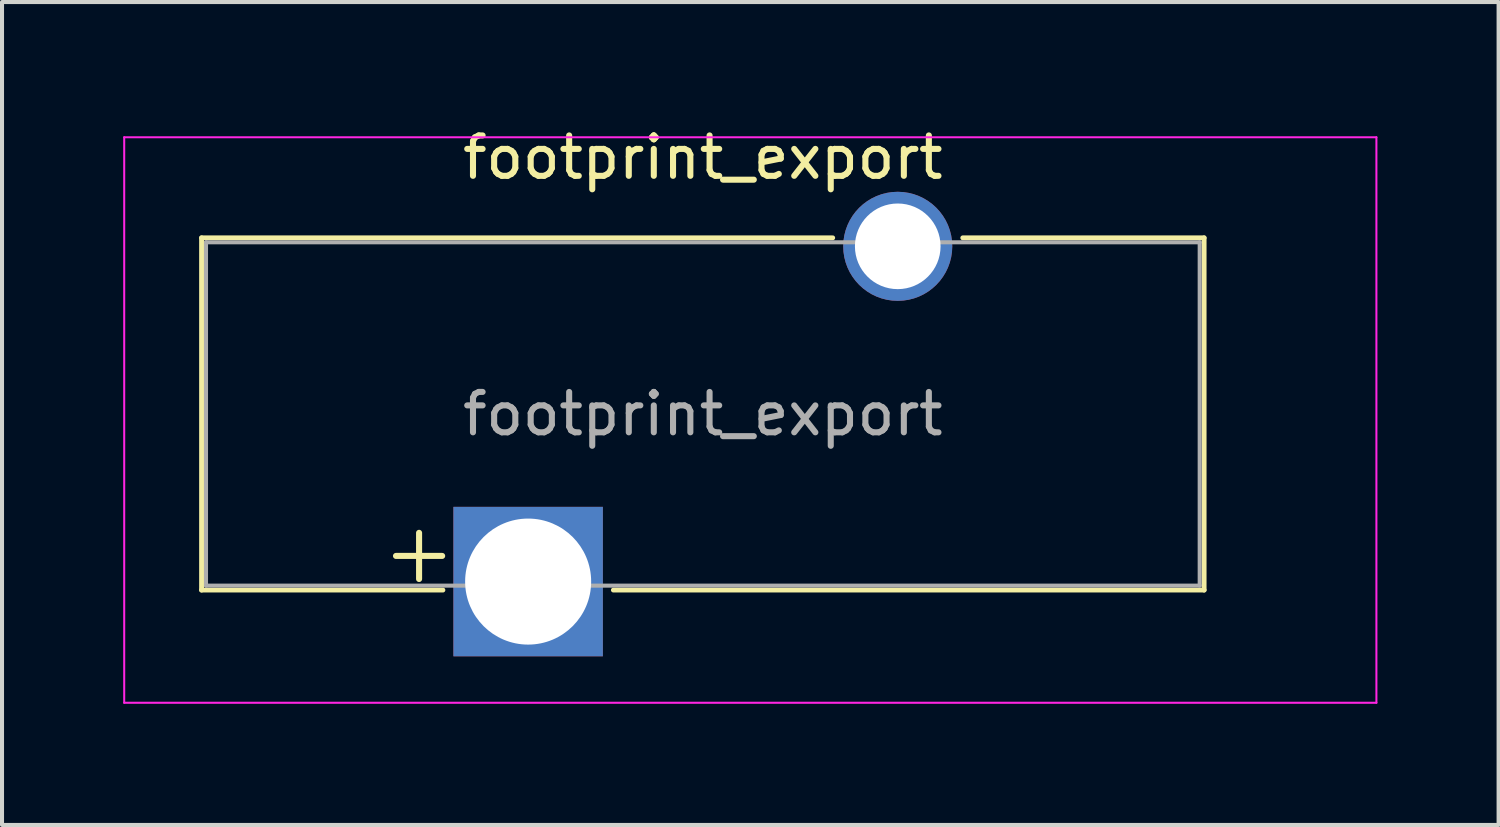
<source format=kicad_pcb>
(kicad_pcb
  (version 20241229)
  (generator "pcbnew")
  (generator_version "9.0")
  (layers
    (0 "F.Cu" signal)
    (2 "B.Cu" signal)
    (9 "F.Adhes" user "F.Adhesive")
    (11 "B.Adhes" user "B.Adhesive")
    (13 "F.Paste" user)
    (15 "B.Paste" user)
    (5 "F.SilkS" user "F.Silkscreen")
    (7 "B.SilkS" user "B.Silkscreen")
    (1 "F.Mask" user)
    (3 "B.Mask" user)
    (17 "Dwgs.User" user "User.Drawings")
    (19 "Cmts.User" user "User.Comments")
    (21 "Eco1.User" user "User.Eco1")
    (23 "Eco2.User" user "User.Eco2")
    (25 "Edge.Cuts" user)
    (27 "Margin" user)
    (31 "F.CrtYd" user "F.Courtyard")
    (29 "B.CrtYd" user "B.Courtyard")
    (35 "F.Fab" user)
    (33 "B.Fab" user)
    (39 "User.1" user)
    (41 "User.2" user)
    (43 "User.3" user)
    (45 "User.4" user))
  (footprint "footprint_export"
    (layer "F.Cu")
    (at 10.025 11.348)
    (property "Reference" "footprint_export" (at 4.325 -10.5 0) (layer "F.SilkS") (effects (font (size 1 1) (thickness 0.15))))
    (attr through_hole)
    (fp_line (start -8.085 -8.51) (end -8.085 0.21) (stroke (width 0.12) (type solid)) (layer "F.SilkS"))
    (fp_line (start -8.085 -8.51) (end 7.54 -8.51) (stroke (width 0.12) (type solid)) (layer "F.SilkS"))
    (fp_line (start -8.085 0.21) (end -2.11 0.21) (stroke (width 0.12) (type solid)) (layer "F.SilkS"))
    (fp_line (start 2.11 0.21) (end 16.735 0.21) (stroke (width 0.12) (type solid)) (layer "F.SilkS"))
    (fp_line (start 10.76 -8.51) (end 16.735 -8.51) (stroke (width 0.12) (type solid)) (layer "F.SilkS"))
    (fp_line (start 16.735 -8.51) (end 16.735 0.21) (stroke (width 0.12) (type solid)) (layer "F.SilkS"))
    (fp_line (start -10 -11) (end 21 -11) (stroke (width 0.05) (type solid)) (layer "F.CrtYd"))
    (fp_line (start -10 3) (end -10 -11) (stroke (width 0.05) (type solid)) (layer "F.CrtYd"))
    (fp_line (start 21 -11) (end 21 3) (stroke (width 0.05) (type solid)) (layer "F.CrtYd"))
    (fp_line (start 21 3) (end -10 3) (stroke (width 0.05) (type solid)) (layer "F.CrtYd"))
    (fp_line (start -7.975 -8.4) (end -7.975 0.1) (stroke (width 0.1) (type solid)) (layer "F.Fab"))
    (fp_line (start -7.975 -8.4) (end 16.625 -8.4) (stroke (width 0.1) (type solid)) (layer "F.Fab"))
    (fp_line (start -7.975 0.1) (end 16.625 0.1) (stroke (width 0.1) (type solid)) (layer "F.Fab"))
    (fp_line (start 16.625 -8.4) (end 16.625 0.1) (stroke (width 0.1) (type solid)) (layer "F.Fab"))
    (fp_text user "+" (at -2.7 -0.75 0) (layer "F.SilkS") (effects (font (size 1.5 1.5) (thickness 0.15))))
    (fp_text user "${REFERENCE}" (at 4.325 -4.15 180) (layer "F.Fab") (effects (font (size 1 1) (thickness 0.15))))
    (pad "1" thru_hole rect (at 0 0) (size 3.7 3.7) (drill 3.12) (layers "*.Cu" "*.Mask"))
    (pad "2" thru_hole circle (at 9.15 -8.3) (size 2.7 2.7) (drill 2.12) (layers "*.Cu" "*.Mask")))
  (gr_rect
    (start -3 -3)
    (end 34.05 17.373)
    (stroke (width 0.1) (type default))
    (fill no)
    (layer "Edge.Cuts")))
</source>
